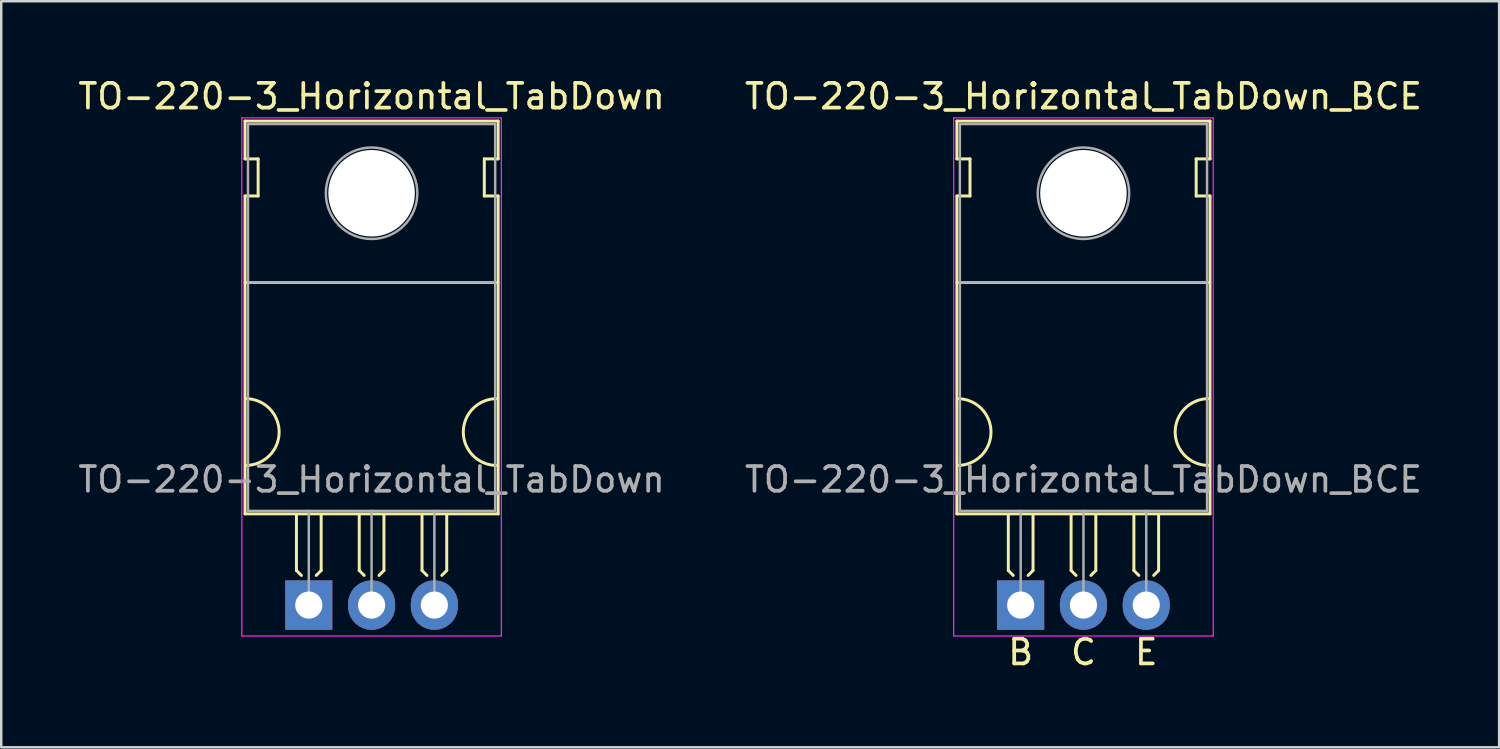
<source format=kicad_pcb>
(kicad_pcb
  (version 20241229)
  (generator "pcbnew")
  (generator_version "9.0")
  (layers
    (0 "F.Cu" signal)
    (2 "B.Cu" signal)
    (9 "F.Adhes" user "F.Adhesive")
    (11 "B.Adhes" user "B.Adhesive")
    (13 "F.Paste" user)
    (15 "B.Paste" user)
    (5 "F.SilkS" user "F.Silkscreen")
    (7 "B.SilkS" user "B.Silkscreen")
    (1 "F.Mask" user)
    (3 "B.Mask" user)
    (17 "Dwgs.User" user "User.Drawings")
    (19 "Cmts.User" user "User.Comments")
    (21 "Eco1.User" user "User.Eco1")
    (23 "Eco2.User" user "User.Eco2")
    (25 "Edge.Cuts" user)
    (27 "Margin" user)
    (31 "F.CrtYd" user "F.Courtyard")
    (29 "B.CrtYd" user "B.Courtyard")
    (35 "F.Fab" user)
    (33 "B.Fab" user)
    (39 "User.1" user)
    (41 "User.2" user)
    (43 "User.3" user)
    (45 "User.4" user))
  (footprint "TO-220-3_Horizontal_TabDown"
    (layer "F.Cu")
    (at 9.442 21.428)
    (property "Reference" "TO-220-3_Horizontal_TabDown" (at 2.54 -20.58 0) (layer "F.SilkS") (effects (font (size 1 1) (thickness 0.15))))
    (attr through_hole)
    (fp_line (start -2.58 -19.58) (end -2.58 -18.05) (stroke (width 0.12) (type solid)) (layer "F.SilkS"))
    (fp_line (start -2.58 -19.58) (end 7.66 -19.58) (stroke (width 0.12) (type solid)) (layer "F.SilkS"))
    (fp_line (start -2.58 -18.05) (end -2.05 -18.05) (stroke (width 0.12) (type solid)) (layer "F.SilkS"))
    (fp_line (start -2.58 -16.55) (end -2.58 -3.69) (stroke (width 0.12) (type solid)) (layer "F.SilkS"))
    (fp_line (start -2.58 -3.69) (end 7.66 -3.69) (stroke (width 0.12) (type solid)) (layer "F.SilkS"))
    (fp_line (start -2.575 -13.05) (end 7.65 -13.05) (stroke (width 0.12) (type solid)) (layer "F.SilkS"))
    (fp_line (start -2.05 -18.05) (end -2.05 -16.55) (stroke (width 0.12) (type solid)) (layer "F.SilkS"))
    (fp_line (start -2.05 -16.55) (end -2.575 -16.55) (stroke (width 0.12) (type solid)) (layer "F.SilkS"))
    (fp_line (start -0.5 -3.65) (end -0.5 -1.4) (stroke (width 0.12) (type solid)) (layer "F.SilkS"))
    (fp_line (start -0.5 -1.4) (end -0.3 -1.2) (stroke (width 0.12) (type solid)) (layer "F.SilkS"))
    (fp_line (start 0.5 -3.65) (end 0.5 -1.4) (stroke (width 0.12) (type solid)) (layer "F.SilkS"))
    (fp_line (start 0.5 -1.4) (end 0.3 -1.2) (stroke (width 0.12) (type solid)) (layer "F.SilkS"))
    (fp_line (start 2.04 -3.65) (end 2.04 -1.4) (stroke (width 0.12) (type solid)) (layer "F.SilkS"))
    (fp_line (start 2.04 -1.4) (end 2.24 -1.2) (stroke (width 0.12) (type solid)) (layer "F.SilkS"))
    (fp_line (start 3.04 -3.65) (end 3.04 -1.4) (stroke (width 0.12) (type solid)) (layer "F.SilkS"))
    (fp_line (start 3.04 -1.4) (end 2.84 -1.2) (stroke (width 0.12) (type solid)) (layer "F.SilkS"))
    (fp_line (start 4.58 -3.65) (end 4.58 -1.4) (stroke (width 0.12) (type solid)) (layer "F.SilkS"))
    (fp_line (start 4.58 -1.4) (end 4.78 -1.2) (stroke (width 0.12) (type solid)) (layer "F.SilkS"))
    (fp_line (start 5.58 -3.65) (end 5.58 -1.4) (stroke (width 0.12) (type solid)) (layer "F.SilkS"))
    (fp_line (start 5.58 -1.4) (end 5.38 -1.2) (stroke (width 0.12) (type solid)) (layer "F.SilkS"))
    (fp_line (start 7.1 -18.05) (end 7.66 -18.05) (stroke (width 0.12) (type solid)) (layer "F.SilkS"))
    (fp_line (start 7.1 -16.55) (end 7.1 -18.05) (stroke (width 0.12) (type solid)) (layer "F.SilkS"))
    (fp_line (start 7.66 -19.58) (end 7.66 -18.05) (stroke (width 0.12) (type solid)) (layer "F.SilkS"))
    (fp_line (start 7.66 -16.55) (end 7.1 -16.55) (stroke (width 0.12) (type solid)) (layer "F.SilkS"))
    (fp_line (start 7.66 -16.55) (end 7.66 -3.69) (stroke (width 0.12) (type solid)) (layer "F.SilkS"))
    (fp_arc (start -2.55 -8.35) (mid -1.2 -7) (end -2.55 -5.65) (stroke (width 0.12) (type solid)) (layer "F.SilkS"))
    (fp_arc (start 7.6 -5.65) (mid 6.25 -7) (end 7.6 -8.35) (stroke (width 0.12) (type solid)) (layer "F.SilkS"))
    (fp_line (start -2.71 -19.71) (end -2.71 1.25) (stroke (width 0.05) (type solid)) (layer "F.CrtYd"))
    (fp_line (start -2.71 1.25) (end 7.79 1.25) (stroke (width 0.05) (type solid)) (layer "F.CrtYd"))
    (fp_line (start 7.79 -19.71) (end -2.71 -19.71) (stroke (width 0.05) (type solid)) (layer "F.CrtYd"))
    (fp_line (start 7.79 1.25) (end 7.79 -19.71) (stroke (width 0.05) (type solid)) (layer "F.CrtYd"))
    (fp_line (start -2.46 -19.46) (end 7.54 -19.46) (stroke (width 0.1) (type solid)) (layer "F.Fab"))
    (fp_line (start -2.46 -13.06) (end -2.46 -19.46) (stroke (width 0.1) (type solid)) (layer "F.Fab"))
    (fp_line (start -2.46 -13.06) (end 7.54 -13.06) (stroke (width 0.1) (type solid)) (layer "F.Fab"))
    (fp_line (start -2.46 -3.81) (end -2.46 -13.06) (stroke (width 0.1) (type solid)) (layer "F.Fab"))
    (fp_line (start 0 -3.81) (end 0 0) (stroke (width 0.1) (type solid)) (layer "F.Fab"))
    (fp_line (start 2.54 -3.81) (end 2.54 0) (stroke (width 0.1) (type solid)) (layer "F.Fab"))
    (fp_line (start 5.08 -3.81) (end 5.08 0) (stroke (width 0.1) (type solid)) (layer "F.Fab"))
    (fp_line (start 7.54 -19.46) (end 7.54 -13.06) (stroke (width 0.1) (type solid)) (layer "F.Fab"))
    (fp_line (start 7.54 -13.06) (end -2.46 -13.06) (stroke (width 0.1) (type solid)) (layer "F.Fab"))
    (fp_line (start 7.54 -13.06) (end 7.54 -3.81) (stroke (width 0.1) (type solid)) (layer "F.Fab"))
    (fp_line (start 7.54 -3.81) (end -2.46 -3.81) (stroke (width 0.1) (type solid)) (layer "F.Fab"))
    (fp_circle (center 2.54 -16.66) (end 4.39 -16.66) (stroke (width 0.1) (type solid)) (fill no) (layer "F.Fab"))
    (fp_text user "${REFERENCE}" (at 2.54 -5.08 0) (layer "F.Fab") (effects (font (size 1 1) (thickness 0.15))))
    (pad "" np_thru_hole oval (at 2.54 -16.66) (size 3.5 3.5) (drill 3.5) (layers "*.Cu" "*.Mask"))
    (pad "1" thru_hole rect (at 0 0) (size 1.905 2) (drill 1.1) (layers "*.Cu" "*.Mask"))
    (pad "2" thru_hole oval (at 2.54 0) (size 1.905 2) (drill 1.1) (layers "*.Cu" "*.Mask"))
    (pad "3" thru_hole oval (at 5.08 0) (size 1.905 2) (drill 1.1) (layers "*.Cu" "*.Mask")))
  (footprint "TO-220-3_Horizontal_TabDown_BCE"
    (layer "F.Cu")
    (at 38.24 21.428)
    (property "Reference" "TO-220-3_Horizontal_TabDown_BCE" (at 2.54 -20.58 0) (layer "F.SilkS") (effects (font (size 1 1) (thickness 0.15))))
    (fp_line (start -2.58 -19.58) (end -2.58 -18.05) (stroke (width 0.12) (type solid)) (layer "F.SilkS"))
    (fp_line (start -2.58 -19.58) (end 7.66 -19.58) (stroke (width 0.12) (type solid)) (layer "F.SilkS"))
    (fp_line (start -2.58 -18.05) (end -2.05 -18.05) (stroke (width 0.12) (type solid)) (layer "F.SilkS"))
    (fp_line (start -2.58 -16.55) (end -2.58 -3.69) (stroke (width 0.12) (type solid)) (layer "F.SilkS"))
    (fp_line (start -2.58 -3.69) (end 7.66 -3.69) (stroke (width 0.12) (type solid)) (layer "F.SilkS"))
    (fp_line (start -2.575 -13.05) (end 7.65 -13.05) (stroke (width 0.12) (type solid)) (layer "F.SilkS"))
    (fp_line (start -2.05 -18.05) (end -2.05 -16.55) (stroke (width 0.12) (type solid)) (layer "F.SilkS"))
    (fp_line (start -2.05 -16.55) (end -2.575 -16.55) (stroke (width 0.12) (type solid)) (layer "F.SilkS"))
    (fp_line (start -0.5 -3.65) (end -0.5 -1.4) (stroke (width 0.12) (type solid)) (layer "F.SilkS"))
    (fp_line (start -0.5 -1.4) (end -0.3 -1.2) (stroke (width 0.12) (type solid)) (layer "F.SilkS"))
    (fp_line (start 0.5 -3.65) (end 0.5 -1.4) (stroke (width 0.12) (type solid)) (layer "F.SilkS"))
    (fp_line (start 0.5 -1.4) (end 0.3 -1.2) (stroke (width 0.12) (type solid)) (layer "F.SilkS"))
    (fp_line (start 2.04 -3.65) (end 2.04 -1.4) (stroke (width 0.12) (type solid)) (layer "F.SilkS"))
    (fp_line (start 2.04 -1.4) (end 2.24 -1.2) (stroke (width 0.12) (type solid)) (layer "F.SilkS"))
    (fp_line (start 3.04 -3.65) (end 3.04 -1.4) (stroke (width 0.12) (type solid)) (layer "F.SilkS"))
    (fp_line (start 3.04 -1.4) (end 2.84 -1.2) (stroke (width 0.12) (type solid)) (layer "F.SilkS"))
    (fp_line (start 4.58 -3.65) (end 4.58 -1.4) (stroke (width 0.12) (type solid)) (layer "F.SilkS"))
    (fp_line (start 4.58 -1.4) (end 4.78 -1.2) (stroke (width 0.12) (type solid)) (layer "F.SilkS"))
    (fp_line (start 5.58 -3.65) (end 5.58 -1.4) (stroke (width 0.12) (type solid)) (layer "F.SilkS"))
    (fp_line (start 5.58 -1.4) (end 5.38 -1.2) (stroke (width 0.12) (type solid)) (layer "F.SilkS"))
    (fp_line (start 7.1 -18.05) (end 7.66 -18.05) (stroke (width 0.12) (type solid)) (layer "F.SilkS"))
    (fp_line (start 7.1 -16.55) (end 7.1 -18.05) (stroke (width 0.12) (type solid)) (layer "F.SilkS"))
    (fp_line (start 7.66 -19.58) (end 7.66 -18.05) (stroke (width 0.12) (type solid)) (layer "F.SilkS"))
    (fp_line (start 7.66 -16.55) (end 7.1 -16.55) (stroke (width 0.12) (type solid)) (layer "F.SilkS"))
    (fp_line (start 7.66 -16.55) (end 7.66 -3.69) (stroke (width 0.12) (type solid)) (layer "F.SilkS"))
    (fp_arc (start -2.55 -8.35) (mid -1.2 -7) (end -2.55 -5.65) (stroke (width 0.12) (type solid)) (layer "F.SilkS"))
    (fp_arc (start 7.6 -5.65) (mid 6.25 -7) (end 7.6 -8.35) (stroke (width 0.12) (type solid)) (layer "F.SilkS"))
    (fp_line (start -2.71 -19.71) (end -2.71 1.25) (stroke (width 0.05) (type solid)) (layer "F.CrtYd"))
    (fp_line (start -2.71 1.25) (end 7.79 1.25) (stroke (width 0.05) (type solid)) (layer "F.CrtYd"))
    (fp_line (start 7.79 -19.71) (end -2.71 -19.71) (stroke (width 0.05) (type solid)) (layer "F.CrtYd"))
    (fp_line (start 7.79 1.25) (end 7.79 -19.71) (stroke (width 0.05) (type solid)) (layer "F.CrtYd"))
    (fp_line (start -2.46 -19.46) (end 7.54 -19.46) (stroke (width 0.1) (type solid)) (layer "F.Fab"))
    (fp_line (start -2.46 -13.06) (end -2.46 -19.46) (stroke (width 0.1) (type solid)) (layer "F.Fab"))
    (fp_line (start -2.46 -13.06) (end 7.54 -13.06) (stroke (width 0.1) (type solid)) (layer "F.Fab"))
    (fp_line (start -2.46 -3.81) (end -2.46 -13.06) (stroke (width 0.1) (type solid)) (layer "F.Fab"))
    (fp_line (start 0 -3.81) (end 0 0) (stroke (width 0.1) (type solid)) (layer "F.Fab"))
    (fp_line (start 2.54 -3.81) (end 2.54 0) (stroke (width 0.1) (type solid)) (layer "F.Fab"))
    (fp_line (start 5.08 -3.81) (end 5.08 0) (stroke (width 0.1) (type solid)) (layer "F.Fab"))
    (fp_line (start 7.54 -19.46) (end 7.54 -13.06) (stroke (width 0.1) (type solid)) (layer "F.Fab"))
    (fp_line (start 7.54 -13.06) (end -2.46 -13.06) (stroke (width 0.1) (type solid)) (layer "F.Fab"))
    (fp_line (start 7.54 -13.06) (end 7.54 -3.81) (stroke (width 0.1) (type solid)) (layer "F.Fab"))
    (fp_line (start 7.54 -3.81) (end -2.46 -3.81) (stroke (width 0.1) (type solid)) (layer "F.Fab"))
    (fp_circle (center 2.54 -16.66) (end 4.39 -16.66) (stroke (width 0.1) (type solid)) (fill no) (layer "F.Fab"))
    (fp_text user "C" (at 2.54 1.905 0) (unlocked yes) (layer "F.SilkS") (effects (font (size 1 1) (thickness 0.15))))
    (fp_text user "E" (at 5.08 1.905 0) (unlocked yes) (layer "F.SilkS") (effects (font (size 1 1) (thickness 0.15))))
    (fp_text user "B" (at 0 1.905 0) (unlocked yes) (layer "F.SilkS") (effects (font (size 1 1) (thickness 0.15))))
    (fp_text user "${REFERENCE}" (at 2.54 -5.08 0) (layer "F.Fab") (effects (font (size 1 1) (thickness 0.15))))
    (pad "" np_thru_hole oval (at 2.54 -16.66) (size 3.5 3.5) (drill 3.5) (layers "*.Cu" "*.Mask"))
    (pad "1" thru_hole rect (at 0 0) (size 1.905 2) (drill 1.1) (layers "*.Cu" "*.Mask"))
    (pad "2" thru_hole oval (at 2.54 0) (size 1.905 2) (drill 1.1) (layers "*.Cu" "*.Mask"))
    (pad "3" thru_hole oval (at 5.08 0) (size 1.905 2) (drill 1.1) (layers "*.Cu" "*.Mask")))
  (gr_rect
    (start -3 -3)
    (end 57.595 27.181)
    (stroke (width 0.1) (type default))
    (fill no)
    (layer "Edge.Cuts")))
</source>
